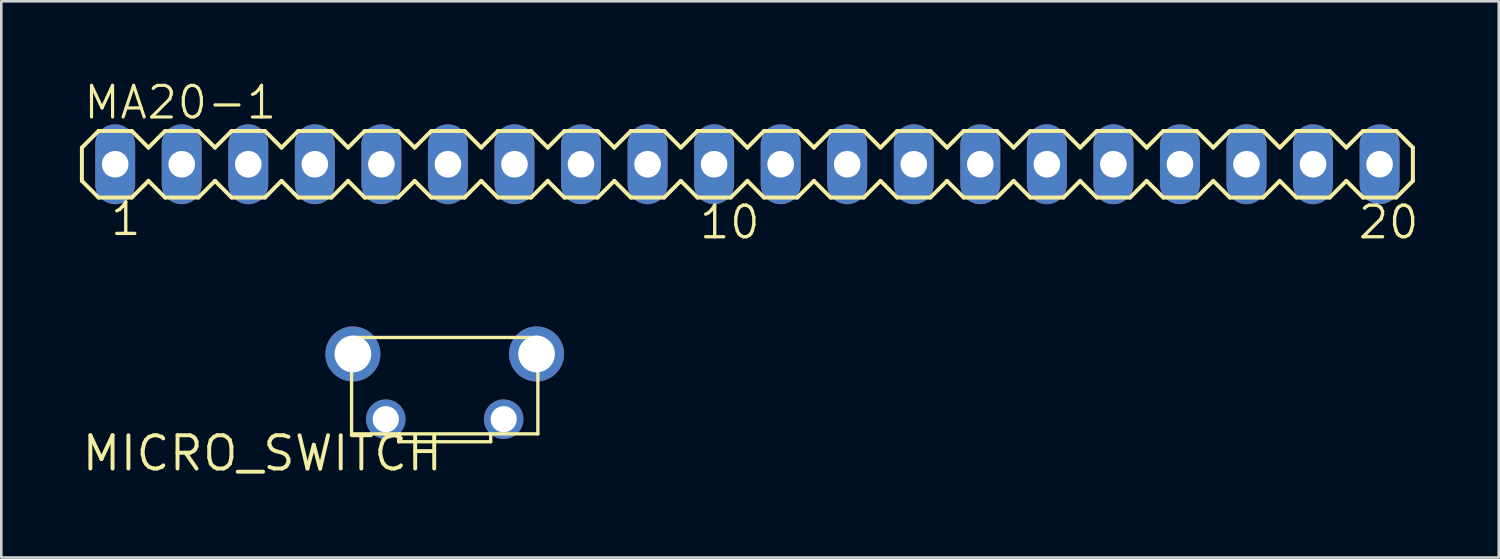
<source format=kicad_pcb>
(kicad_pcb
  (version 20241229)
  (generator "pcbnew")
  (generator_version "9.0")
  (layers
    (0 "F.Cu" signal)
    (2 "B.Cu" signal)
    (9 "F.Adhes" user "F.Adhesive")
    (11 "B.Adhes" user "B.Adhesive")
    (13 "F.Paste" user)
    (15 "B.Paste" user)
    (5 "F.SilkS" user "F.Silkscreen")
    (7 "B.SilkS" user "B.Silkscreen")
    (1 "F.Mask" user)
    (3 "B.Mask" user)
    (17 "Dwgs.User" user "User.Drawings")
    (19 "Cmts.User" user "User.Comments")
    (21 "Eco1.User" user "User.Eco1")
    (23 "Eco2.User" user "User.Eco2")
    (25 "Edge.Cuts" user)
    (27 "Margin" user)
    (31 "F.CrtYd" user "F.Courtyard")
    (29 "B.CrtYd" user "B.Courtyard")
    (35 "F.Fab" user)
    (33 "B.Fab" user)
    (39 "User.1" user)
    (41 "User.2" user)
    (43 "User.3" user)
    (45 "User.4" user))
  (footprint "MA20-1"
    (layer "F.Cu")
    (at 25.476 3.219)
    (property "Reference" "MA20-1" (at -25.4 -1.651 0) (layer "F.SilkS") (effects (font (size 1.206 1.206) (thickness 0.121)) (justify left bottom)))
    (attr through_hole)
    (fp_line (start -25.4 -0.635) (end -25.4 0.635) (stroke (width 0.152) (type solid)) (layer "F.SilkS"))
    (fp_line (start -25.4 0.635) (end -24.765 1.27) (stroke (width 0.152) (type solid)) (layer "F.SilkS"))
    (fp_line (start -24.765 -1.27) (end -25.4 -0.635) (stroke (width 0.152) (type solid)) (layer "F.SilkS"))
    (fp_line (start -24.765 -1.27) (end -23.495 -1.27) (stroke (width 0.152) (type solid)) (layer "F.SilkS"))
    (fp_line (start -23.495 -1.27) (end -22.86 -0.635) (stroke (width 0.152) (type solid)) (layer "F.SilkS"))
    (fp_line (start -23.495 1.27) (end -24.765 1.27) (stroke (width 0.152) (type solid)) (layer "F.SilkS"))
    (fp_line (start -22.86 -0.635) (end -22.225 -1.27) (stroke (width 0.152) (type solid)) (layer "F.SilkS"))
    (fp_line (start -22.86 0.635) (end -23.495 1.27) (stroke (width 0.152) (type solid)) (layer "F.SilkS"))
    (fp_line (start -22.225 -1.27) (end -20.955 -1.27) (stroke (width 0.152) (type solid)) (layer "F.SilkS"))
    (fp_line (start -22.225 1.27) (end -22.86 0.635) (stroke (width 0.152) (type solid)) (layer "F.SilkS"))
    (fp_line (start -20.955 -1.27) (end -20.32 -0.635) (stroke (width 0.152) (type solid)) (layer "F.SilkS"))
    (fp_line (start -20.955 1.27) (end -22.225 1.27) (stroke (width 0.152) (type solid)) (layer "F.SilkS"))
    (fp_line (start -20.32 -0.635) (end -19.685 -1.27) (stroke (width 0.152) (type solid)) (layer "F.SilkS"))
    (fp_line (start -20.32 0.635) (end -20.955 1.27) (stroke (width 0.152) (type solid)) (layer "F.SilkS"))
    (fp_line (start -19.685 -1.27) (end -18.415 -1.27) (stroke (width 0.152) (type solid)) (layer "F.SilkS"))
    (fp_line (start -19.685 1.27) (end -20.32 0.635) (stroke (width 0.152) (type solid)) (layer "F.SilkS"))
    (fp_line (start -18.415 -1.27) (end -17.78 -0.635) (stroke (width 0.152) (type solid)) (layer "F.SilkS"))
    (fp_line (start -18.415 1.27) (end -19.685 1.27) (stroke (width 0.152) (type solid)) (layer "F.SilkS"))
    (fp_line (start -17.78 0.635) (end -18.415 1.27) (stroke (width 0.152) (type solid)) (layer "F.SilkS"))
    (fp_line (start -17.78 0.635) (end -17.145 1.27) (stroke (width 0.152) (type solid)) (layer "F.SilkS"))
    (fp_line (start -17.145 -1.27) (end -17.78 -0.635) (stroke (width 0.152) (type solid)) (layer "F.SilkS"))
    (fp_line (start -17.145 -1.27) (end -15.875 -1.27) (stroke (width 0.152) (type solid)) (layer "F.SilkS"))
    (fp_line (start -15.875 -1.27) (end -15.24 -0.635) (stroke (width 0.152) (type solid)) (layer "F.SilkS"))
    (fp_line (start -15.875 1.27) (end -17.145 1.27) (stroke (width 0.152) (type solid)) (layer "F.SilkS"))
    (fp_line (start -15.24 -0.635) (end -14.605 -1.27) (stroke (width 0.152) (type solid)) (layer "F.SilkS"))
    (fp_line (start -15.24 0.635) (end -15.875 1.27) (stroke (width 0.152) (type solid)) (layer "F.SilkS"))
    (fp_line (start -14.605 -1.27) (end -13.335 -1.27) (stroke (width 0.152) (type solid)) (layer "F.SilkS"))
    (fp_line (start -14.605 1.27) (end -15.24 0.635) (stroke (width 0.152) (type solid)) (layer "F.SilkS"))
    (fp_line (start -13.335 -1.27) (end -12.7 -0.635) (stroke (width 0.152) (type solid)) (layer "F.SilkS"))
    (fp_line (start -13.335 1.27) (end -14.605 1.27) (stroke (width 0.152) (type solid)) (layer "F.SilkS"))
    (fp_line (start -12.7 0.635) (end -13.335 1.27) (stroke (width 0.152) (type solid)) (layer "F.SilkS"))
    (fp_line (start -12.7 0.635) (end -12.065 1.27) (stroke (width 0.152) (type solid)) (layer "F.SilkS"))
    (fp_line (start -12.065 -1.27) (end -12.7 -0.635) (stroke (width 0.152) (type solid)) (layer "F.SilkS"))
    (fp_line (start -12.065 -1.27) (end -10.795 -1.27) (stroke (width 0.152) (type solid)) (layer "F.SilkS"))
    (fp_line (start -10.795 -1.27) (end -10.16 -0.635) (stroke (width 0.152) (type solid)) (layer "F.SilkS"))
    (fp_line (start -10.795 1.27) (end -12.065 1.27) (stroke (width 0.152) (type solid)) (layer "F.SilkS"))
    (fp_line (start -10.16 -0.635) (end -9.525 -1.27) (stroke (width 0.152) (type solid)) (layer "F.SilkS"))
    (fp_line (start -10.16 0.635) (end -10.795 1.27) (stroke (width 0.152) (type solid)) (layer "F.SilkS"))
    (fp_line (start -9.525 -1.27) (end -8.255 -1.27) (stroke (width 0.152) (type solid)) (layer "F.SilkS"))
    (fp_line (start -9.525 1.27) (end -10.16 0.635) (stroke (width 0.152) (type solid)) (layer "F.SilkS"))
    (fp_line (start -8.255 -1.27) (end -7.62 -0.635) (stroke (width 0.152) (type solid)) (layer "F.SilkS"))
    (fp_line (start -8.255 1.27) (end -9.525 1.27) (stroke (width 0.152) (type solid)) (layer "F.SilkS"))
    (fp_line (start -7.62 -0.635) (end -6.985 -1.27) (stroke (width 0.152) (type solid)) (layer "F.SilkS"))
    (fp_line (start -7.62 0.635) (end -8.255 1.27) (stroke (width 0.152) (type solid)) (layer "F.SilkS"))
    (fp_line (start -6.985 -1.27) (end -5.715 -1.27) (stroke (width 0.152) (type solid)) (layer "F.SilkS"))
    (fp_line (start -6.985 1.27) (end -7.62 0.635) (stroke (width 0.152) (type solid)) (layer "F.SilkS"))
    (fp_line (start -5.715 -1.27) (end -5.08 -0.635) (stroke (width 0.152) (type solid)) (layer "F.SilkS"))
    (fp_line (start -5.715 1.27) (end -6.985 1.27) (stroke (width 0.152) (type solid)) (layer "F.SilkS"))
    (fp_line (start -5.08 0.635) (end -5.715 1.27) (stroke (width 0.152) (type solid)) (layer "F.SilkS"))
    (fp_line (start -5.08 0.635) (end -4.445 1.27) (stroke (width 0.152) (type solid)) (layer "F.SilkS"))
    (fp_line (start -4.445 -1.27) (end -5.08 -0.635) (stroke (width 0.152) (type solid)) (layer "F.SilkS"))
    (fp_line (start -4.445 -1.27) (end -3.175 -1.27) (stroke (width 0.152) (type solid)) (layer "F.SilkS"))
    (fp_line (start -3.175 -1.27) (end -2.54 -0.635) (stroke (width 0.152) (type solid)) (layer "F.SilkS"))
    (fp_line (start -3.175 1.27) (end -4.445 1.27) (stroke (width 0.152) (type solid)) (layer "F.SilkS"))
    (fp_line (start -2.54 -0.635) (end -1.905 -1.27) (stroke (width 0.152) (type solid)) (layer "F.SilkS"))
    (fp_line (start -2.54 0.635) (end -3.175 1.27) (stroke (width 0.152) (type solid)) (layer "F.SilkS"))
    (fp_line (start -1.905 -1.27) (end -0.635 -1.27) (stroke (width 0.152) (type solid)) (layer "F.SilkS"))
    (fp_line (start -1.905 1.27) (end -2.54 0.635) (stroke (width 0.152) (type solid)) (layer "F.SilkS"))
    (fp_line (start -0.635 -1.27) (end 0 -0.635) (stroke (width 0.152) (type solid)) (layer "F.SilkS"))
    (fp_line (start -0.635 1.27) (end -1.905 1.27) (stroke (width 0.152) (type solid)) (layer "F.SilkS"))
    (fp_line (start 0 0.635) (end -0.635 1.27) (stroke (width 0.152) (type solid)) (layer "F.SilkS"))
    (fp_line (start 0 0.635) (end 0.635 1.27) (stroke (width 0.152) (type solid)) (layer "F.SilkS"))
    (fp_line (start 0.635 -1.27) (end 0 -0.635) (stroke (width 0.152) (type solid)) (layer "F.SilkS"))
    (fp_line (start 0.635 -1.27) (end 1.905 -1.27) (stroke (width 0.152) (type solid)) (layer "F.SilkS"))
    (fp_line (start 1.905 -1.27) (end 2.54 -0.635) (stroke (width 0.152) (type solid)) (layer "F.SilkS"))
    (fp_line (start 1.905 1.27) (end 0.635 1.27) (stroke (width 0.152) (type solid)) (layer "F.SilkS"))
    (fp_line (start 2.54 -0.635) (end 3.175 -1.27) (stroke (width 0.152) (type solid)) (layer "F.SilkS"))
    (fp_line (start 2.54 0.635) (end 1.905 1.27) (stroke (width 0.152) (type solid)) (layer "F.SilkS"))
    (fp_line (start 3.175 -1.27) (end 4.445 -1.27) (stroke (width 0.152) (type solid)) (layer "F.SilkS"))
    (fp_line (start 3.175 1.27) (end 2.54 0.635) (stroke (width 0.152) (type solid)) (layer "F.SilkS"))
    (fp_line (start 4.445 -1.27) (end 5.08 -0.635) (stroke (width 0.152) (type solid)) (layer "F.SilkS"))
    (fp_line (start 4.445 1.27) (end 3.175 1.27) (stroke (width 0.152) (type solid)) (layer "F.SilkS"))
    (fp_line (start 5.08 -0.635) (end 5.715 -1.27) (stroke (width 0.152) (type solid)) (layer "F.SilkS"))
    (fp_line (start 5.08 0.635) (end 4.445 1.27) (stroke (width 0.152) (type solid)) (layer "F.SilkS"))
    (fp_line (start 5.715 -1.27) (end 6.985 -1.27) (stroke (width 0.152) (type solid)) (layer "F.SilkS"))
    (fp_line (start 5.715 1.27) (end 5.08 0.635) (stroke (width 0.152) (type solid)) (layer "F.SilkS"))
    (fp_line (start 6.985 -1.27) (end 7.62 -0.635) (stroke (width 0.152) (type solid)) (layer "F.SilkS"))
    (fp_line (start 6.985 1.27) (end 5.715 1.27) (stroke (width 0.152) (type solid)) (layer "F.SilkS"))
    (fp_line (start 7.62 0.635) (end 6.985 1.27) (stroke (width 0.152) (type solid)) (layer "F.SilkS"))
    (fp_line (start 7.62 0.635) (end 8.255 1.27) (stroke (width 0.152) (type solid)) (layer "F.SilkS"))
    (fp_line (start 8.255 -1.27) (end 7.62 -0.635) (stroke (width 0.152) (type solid)) (layer "F.SilkS"))
    (fp_line (start 8.255 -1.27) (end 9.525 -1.27) (stroke (width 0.152) (type solid)) (layer "F.SilkS"))
    (fp_line (start 9.525 -1.27) (end 10.16 -0.635) (stroke (width 0.152) (type solid)) (layer "F.SilkS"))
    (fp_line (start 9.525 1.27) (end 8.255 1.27) (stroke (width 0.152) (type solid)) (layer "F.SilkS"))
    (fp_line (start 10.16 -0.635) (end 10.795 -1.27) (stroke (width 0.152) (type solid)) (layer "F.SilkS"))
    (fp_line (start 10.16 0.635) (end 9.525 1.27) (stroke (width 0.152) (type solid)) (layer "F.SilkS"))
    (fp_line (start 10.795 -1.27) (end 12.065 -1.27) (stroke (width 0.152) (type solid)) (layer "F.SilkS"))
    (fp_line (start 10.795 1.27) (end 10.16 0.635) (stroke (width 0.152) (type solid)) (layer "F.SilkS"))
    (fp_line (start 12.065 -1.27) (end 12.7 -0.635) (stroke (width 0.152) (type solid)) (layer "F.SilkS"))
    (fp_line (start 12.065 1.27) (end 10.795 1.27) (stroke (width 0.152) (type solid)) (layer "F.SilkS"))
    (fp_line (start 12.7 0.635) (end 12.065 1.27) (stroke (width 0.152) (type solid)) (layer "F.SilkS"))
    (fp_line (start 12.7 0.635) (end 13.335 1.27) (stroke (width 0.152) (type solid)) (layer "F.SilkS"))
    (fp_line (start 13.335 -1.27) (end 12.7 -0.635) (stroke (width 0.152) (type solid)) (layer "F.SilkS"))
    (fp_line (start 13.335 -1.27) (end 14.605 -1.27) (stroke (width 0.152) (type solid)) (layer "F.SilkS"))
    (fp_line (start 14.605 -1.27) (end 15.24 -0.635) (stroke (width 0.152) (type solid)) (layer "F.SilkS"))
    (fp_line (start 14.605 1.27) (end 13.335 1.27) (stroke (width 0.152) (type solid)) (layer "F.SilkS"))
    (fp_line (start 15.24 -0.635) (end 15.875 -1.27) (stroke (width 0.152) (type solid)) (layer "F.SilkS"))
    (fp_line (start 15.24 0.635) (end 14.605 1.27) (stroke (width 0.152) (type solid)) (layer "F.SilkS"))
    (fp_line (start 15.875 -1.27) (end 17.145 -1.27) (stroke (width 0.152) (type solid)) (layer "F.SilkS"))
    (fp_line (start 15.875 1.27) (end 15.24 0.635) (stroke (width 0.152) (type solid)) (layer "F.SilkS"))
    (fp_line (start 17.145 -1.27) (end 17.78 -0.635) (stroke (width 0.152) (type solid)) (layer "F.SilkS"))
    (fp_line (start 17.145 1.27) (end 15.875 1.27) (stroke (width 0.152) (type solid)) (layer "F.SilkS"))
    (fp_line (start 17.78 -0.635) (end 18.415 -1.27) (stroke (width 0.152) (type solid)) (layer "F.SilkS"))
    (fp_line (start 17.78 0.635) (end 17.145 1.27) (stroke (width 0.152) (type solid)) (layer "F.SilkS"))
    (fp_line (start 18.415 -1.27) (end 19.685 -1.27) (stroke (width 0.152) (type solid)) (layer "F.SilkS"))
    (fp_line (start 18.415 1.27) (end 17.78 0.635) (stroke (width 0.152) (type solid)) (layer "F.SilkS"))
    (fp_line (start 19.685 -1.27) (end 20.32 -0.635) (stroke (width 0.152) (type solid)) (layer "F.SilkS"))
    (fp_line (start 19.685 1.27) (end 18.415 1.27) (stroke (width 0.152) (type solid)) (layer "F.SilkS"))
    (fp_line (start 20.32 0.635) (end 19.685 1.27) (stroke (width 0.152) (type solid)) (layer "F.SilkS"))
    (fp_line (start 20.32 0.635) (end 20.955 1.27) (stroke (width 0.152) (type solid)) (layer "F.SilkS"))
    (fp_line (start 20.955 -1.27) (end 20.32 -0.635) (stroke (width 0.152) (type solid)) (layer "F.SilkS"))
    (fp_line (start 20.955 -1.27) (end 22.225 -1.27) (stroke (width 0.152) (type solid)) (layer "F.SilkS"))
    (fp_line (start 22.225 -1.27) (end 22.86 -0.635) (stroke (width 0.152) (type solid)) (layer "F.SilkS"))
    (fp_line (start 22.225 1.27) (end 20.955 1.27) (stroke (width 0.152) (type solid)) (layer "F.SilkS"))
    (fp_line (start 22.86 -0.635) (end 23.495 -1.27) (stroke (width 0.152) (type solid)) (layer "F.SilkS"))
    (fp_line (start 22.86 0.635) (end 22.225 1.27) (stroke (width 0.152) (type solid)) (layer "F.SilkS"))
    (fp_line (start 23.495 -1.27) (end 24.765 -1.27) (stroke (width 0.152) (type solid)) (layer "F.SilkS"))
    (fp_line (start 23.495 1.27) (end 22.86 0.635) (stroke (width 0.152) (type solid)) (layer "F.SilkS"))
    (fp_line (start 24.765 -1.27) (end 25.4 -0.635) (stroke (width 0.152) (type solid)) (layer "F.SilkS"))
    (fp_line (start 24.765 1.27) (end 23.495 1.27) (stroke (width 0.152) (type solid)) (layer "F.SilkS"))
    (fp_line (start 25.4 -0.635) (end 25.4 0.635) (stroke (width 0.152) (type solid)) (layer "F.SilkS"))
    (fp_line (start 25.4 0.635) (end 24.765 1.27) (stroke (width 0.152) (type solid)) (layer "F.SilkS"))
    (fp_poly (pts (xy -24.46 0.33) (xy -23.8 0.33) (xy -23.8 -0.33) (xy -24.46 -0.33)) (stroke (width 0.1) (type solid)) (fill no) (layer "F.Fab"))
    (fp_poly (pts (xy -21.92 0.33) (xy -21.26 0.33) (xy -21.26 -0.33) (xy -21.92 -0.33)) (stroke (width 0.1) (type solid)) (fill no) (layer "F.Fab"))
    (fp_poly (pts (xy -19.38 0.33) (xy -18.72 0.33) (xy -18.72 -0.33) (xy -19.38 -0.33)) (stroke (width 0.1) (type solid)) (fill no) (layer "F.Fab"))
    (fp_poly (pts (xy -16.84 0.33) (xy -16.18 0.33) (xy -16.18 -0.33) (xy -16.84 -0.33)) (stroke (width 0.1) (type solid)) (fill no) (layer "F.Fab"))
    (fp_poly (pts (xy -14.3 0.33) (xy -13.64 0.33) (xy -13.64 -0.33) (xy -14.3 -0.33)) (stroke (width 0.1) (type solid)) (fill no) (layer "F.Fab"))
    (fp_poly (pts (xy -11.76 0.33) (xy -11.1 0.33) (xy -11.1 -0.33) (xy -11.76 -0.33)) (stroke (width 0.1) (type solid)) (fill no) (layer "F.Fab"))
    (fp_poly (pts (xy -9.22 0.33) (xy -8.56 0.33) (xy -8.56 -0.33) (xy -9.22 -0.33)) (stroke (width 0.1) (type solid)) (fill no) (layer "F.Fab"))
    (fp_poly (pts (xy -6.68 0.33) (xy -6.02 0.33) (xy -6.02 -0.33) (xy -6.68 -0.33)) (stroke (width 0.1) (type solid)) (fill no) (layer "F.Fab"))
    (fp_poly (pts (xy -4.14 0.33) (xy -3.48 0.33) (xy -3.48 -0.33) (xy -4.14 -0.33)) (stroke (width 0.1) (type solid)) (fill no) (layer "F.Fab"))
    (fp_poly (pts (xy -1.6 0.33) (xy -0.94 0.33) (xy -0.94 -0.33) (xy -1.6 -0.33)) (stroke (width 0.1) (type solid)) (fill no) (layer "F.Fab"))
    (fp_poly (pts (xy 0.94 0.33) (xy 1.6 0.33) (xy 1.6 -0.33) (xy 0.94 -0.33)) (stroke (width 0.1) (type solid)) (fill no) (layer "F.Fab"))
    (fp_poly (pts (xy 3.48 0.33) (xy 4.14 0.33) (xy 4.14 -0.33) (xy 3.48 -0.33)) (stroke (width 0.1) (type solid)) (fill no) (layer "F.Fab"))
    (fp_poly (pts (xy 6.02 0.33) (xy 6.68 0.33) (xy 6.68 -0.33) (xy 6.02 -0.33)) (stroke (width 0.1) (type solid)) (fill no) (layer "F.Fab"))
    (fp_poly (pts (xy 8.56 0.33) (xy 9.22 0.33) (xy 9.22 -0.33) (xy 8.56 -0.33)) (stroke (width 0.1) (type solid)) (fill no) (layer "F.Fab"))
    (fp_poly (pts (xy 11.1 0.33) (xy 11.76 0.33) (xy 11.76 -0.33) (xy 11.1 -0.33)) (stroke (width 0.1) (type solid)) (fill no) (layer "F.Fab"))
    (fp_poly (pts (xy 13.64 0.33) (xy 14.3 0.33) (xy 14.3 -0.33) (xy 13.64 -0.33)) (stroke (width 0.1) (type solid)) (fill no) (layer "F.Fab"))
    (fp_poly (pts (xy 16.18 0.33) (xy 16.84 0.33) (xy 16.84 -0.33) (xy 16.18 -0.33)) (stroke (width 0.1) (type solid)) (fill no) (layer "F.Fab"))
    (fp_poly (pts (xy 18.72 0.33) (xy 19.38 0.33) (xy 19.38 -0.33) (xy 18.72 -0.33)) (stroke (width 0.1) (type solid)) (fill no) (layer "F.Fab"))
    (fp_poly (pts (xy 21.26 0.33) (xy 21.92 0.33) (xy 21.92 -0.33) (xy 21.26 -0.33)) (stroke (width 0.1) (type solid)) (fill no) (layer "F.Fab"))
    (fp_poly (pts (xy 23.8 0.33) (xy 24.46 0.33) (xy 24.46 -0.33) (xy 23.8 -0.33)) (stroke (width 0.1) (type solid)) (fill no) (layer "F.Fab"))
    (fp_text user "20" (at 23.241 2.921 0) (layer "F.SilkS") (effects (font (size 1.206 1.206) (thickness 0.127)) (justify left bottom)))
    (fp_text user "1" (at -24.384 2.794 0) (layer "F.SilkS") (effects (font (size 1.206 1.206) (thickness 0.127)) (justify left bottom)))
    (fp_text user "10" (at -1.905 2.921 0) (layer "F.SilkS") (effects (font (size 1.206 1.206) (thickness 0.127)) (justify left bottom)))
    (pad "1" thru_hole oval (at -24.13 0 90) (size 3.048 1.524) (drill 1.016) (layers "*.Cu" "*.Mask"))
    (pad "2" thru_hole oval (at -21.59 0 90) (size 3.048 1.524) (drill 1.016) (layers "*.Cu" "*.Mask"))
    (pad "3" thru_hole oval (at -19.05 0 90) (size 3.048 1.524) (drill 1.016) (layers "*.Cu" "*.Mask"))
    (pad "4" thru_hole oval (at -16.51 0 90) (size 3.048 1.524) (drill 1.016) (layers "*.Cu" "*.Mask"))
    (pad "5" thru_hole oval (at -13.97 0 90) (size 3.048 1.524) (drill 1.016) (layers "*.Cu" "*.Mask"))
    (pad "6" thru_hole oval (at -11.43 0 90) (size 3.048 1.524) (drill 1.016) (layers "*.Cu" "*.Mask"))
    (pad "7" thru_hole oval (at -8.89 0 90) (size 3.048 1.524) (drill 1.016) (layers "*.Cu" "*.Mask"))
    (pad "8" thru_hole oval (at -6.35 0 90) (size 3.048 1.524) (drill 1.016) (layers "*.Cu" "*.Mask"))
    (pad "9" thru_hole oval (at -3.81 0 90) (size 3.048 1.524) (drill 1.016) (layers "*.Cu" "*.Mask"))
    (pad "10" thru_hole oval (at -1.27 0 90) (size 3.048 1.524) (drill 1.016) (layers "*.Cu" "*.Mask"))
    (pad "11" thru_hole oval (at 1.27 0 90) (size 3.048 1.524) (drill 1.016) (layers "*.Cu" "*.Mask"))
    (pad "12" thru_hole oval (at 3.81 0 90) (size 3.048 1.524) (drill 1.016) (layers "*.Cu" "*.Mask"))
    (pad "13" thru_hole oval (at 6.35 0 90) (size 3.048 1.524) (drill 1.016) (layers "*.Cu" "*.Mask"))
    (pad "14" thru_hole oval (at 8.89 0 90) (size 3.048 1.524) (drill 1.016) (layers "*.Cu" "*.Mask"))
    (pad "15" thru_hole oval (at 11.43 0 90) (size 3.048 1.524) (drill 1.016) (layers "*.Cu" "*.Mask"))
    (pad "16" thru_hole oval (at 13.97 0 90) (size 3.048 1.524) (drill 1.016) (layers "*.Cu" "*.Mask"))
    (pad "17" thru_hole oval (at 16.51 0 90) (size 3.048 1.524) (drill 1.016) (layers "*.Cu" "*.Mask"))
    (pad "18" thru_hole oval (at 19.05 0 90) (size 3.048 1.524) (drill 1.016) (layers "*.Cu" "*.Mask"))
    (pad "19" thru_hole oval (at 21.59 0 90) (size 3.048 1.524) (drill 1.016) (layers "*.Cu" "*.Mask"))
    (pad "20" thru_hole oval (at 24.13 0 90) (size 3.048 1.524) (drill 1.016) (layers "*.Cu" "*.Mask")))
  (footprint "MICRO_SWITCH"
    (layer "F.Cu")
    (at 13.924 13.51)
    (property "Reference" "MICRO_SWITCH" (at 0 0 0) (layer "F.SilkS") (effects (font (size 1.27 1.27) (thickness 0.15)) (justify right top)))
    (attr through_hole)
    (fp_line (start -3.555 -3.68) (end 3.555 -3.68) (stroke (width 0.127) (type solid)) (layer "F.SilkS"))
    (fp_line (start -3.555 0) (end -3.555 -3.68) (stroke (width 0.127) (type solid)) (layer "F.SilkS"))
    (fp_line (start -1.755 0) (end -3.555 0) (stroke (width 0.127) (type solid)) (layer "F.SilkS"))
    (fp_line (start -1.755 0) (end -1.755 0.3) (stroke (width 0.127) (type solid)) (layer "F.SilkS"))
    (fp_line (start -1.755 0.3) (end 1.755 0.3) (stroke (width 0.127) (type solid)) (layer "F.SilkS"))
    (fp_line (start 1.755 0) (end -1.755 0) (stroke (width 0.127) (type solid)) (layer "F.SilkS"))
    (fp_line (start 1.755 0.3) (end 1.755 0) (stroke (width 0.127) (type solid)) (layer "F.SilkS"))
    (fp_line (start 3.555 -3.68) (end 3.555 0) (stroke (width 0.127) (type solid)) (layer "F.SilkS"))
    (fp_line (start 3.555 0) (end 1.755 0) (stroke (width 0.127) (type solid)) (layer "F.SilkS"))
    (pad "1" thru_hole circle (at -2.25 -0.56) (size 1.508 1.508) (drill 1) (layers "*.Cu" "*.Mask"))
    (pad "2" thru_hole circle (at 2.25 -0.56) (size 1.508 1.508) (drill 1) (layers "*.Cu" "*.Mask"))
    (pad "3" thru_hole circle (at -3.505 -3.05) (size 2.1 2.1) (drill 1.4) (layers "*.Cu" "*.Mask"))
    (pad "4" thru_hole circle (at 3.505 -3.05) (size 2.1 2.1) (drill 1.4) (layers "*.Cu" "*.Mask")))
  (gr_rect
    (start -3 -3)
    (end 54.155 18.23)
    (stroke (width 0.1) (type default))
    (fill no)
    (layer "Edge.Cuts")))
</source>
